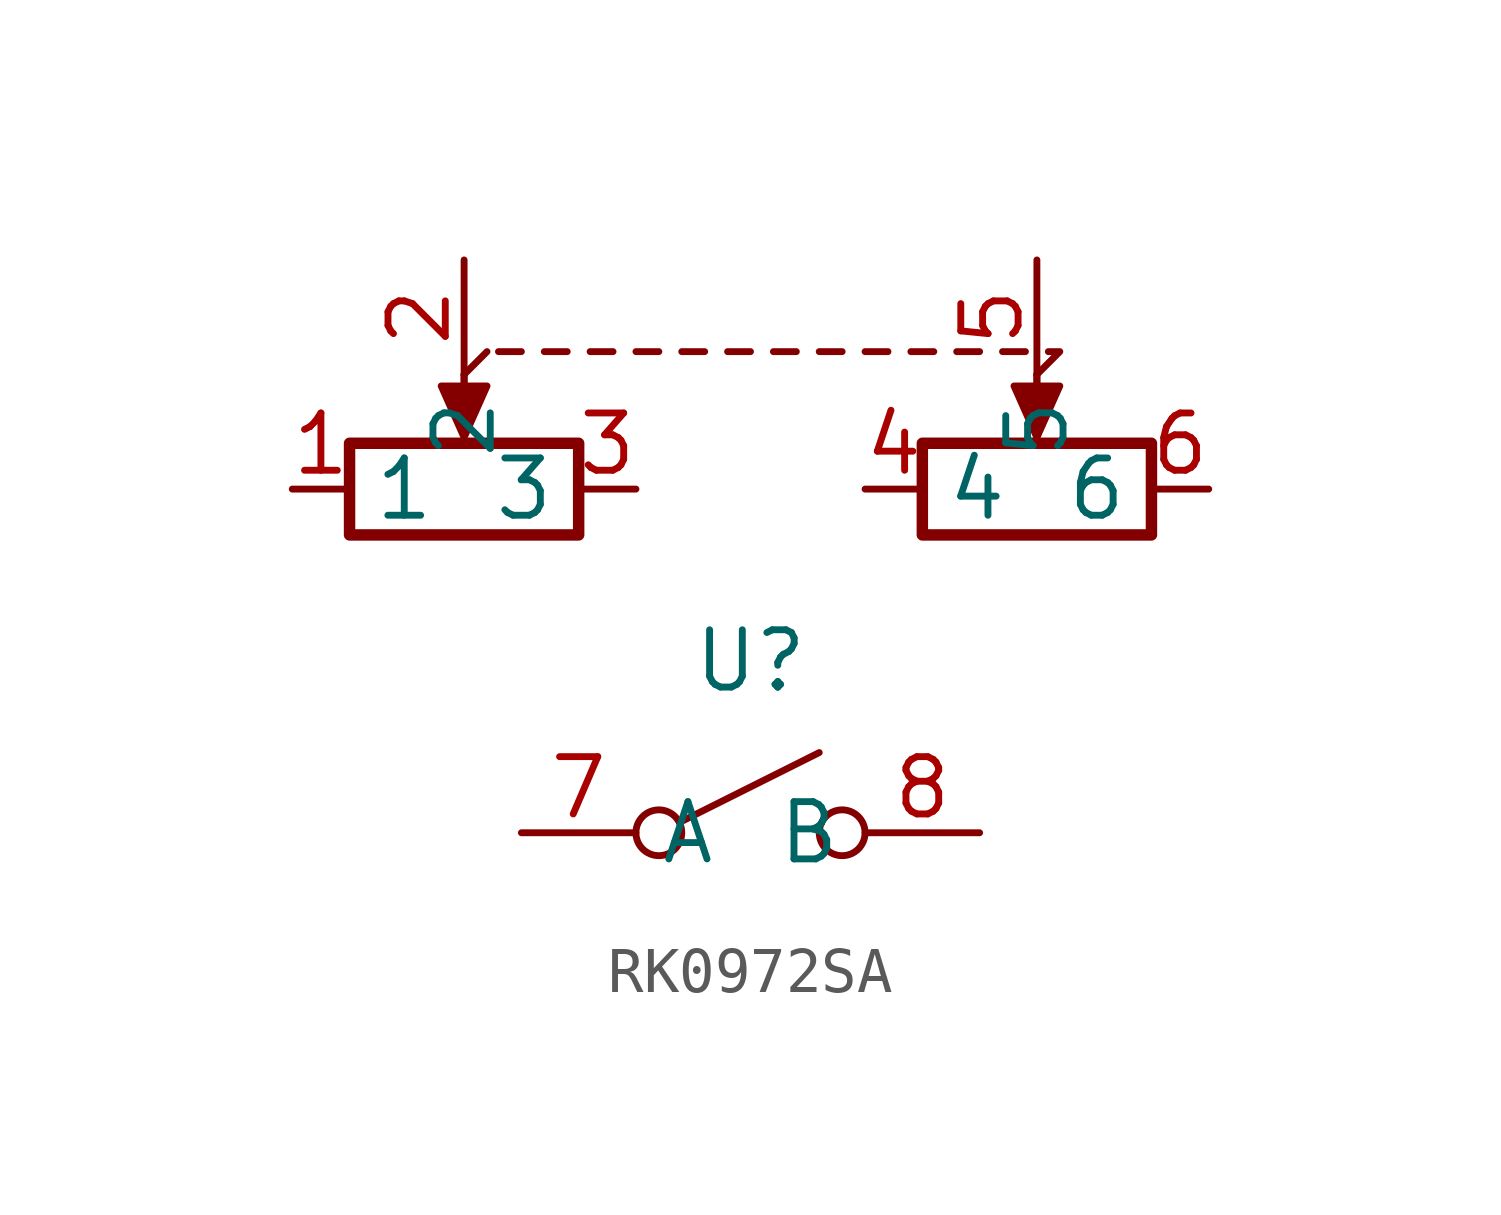
<source format=kicad_sym>
(kicad_symbol_lib
  (version 20220914)
  (generator kicad_symbol_editor)
  (symbol "RK0972SA"
    (property "Reference" "U"
      (at 0 0 0)
      (effects (font (size 1.27 1.27))))
    (property "Value" ""
      (at 0 0 0)
      (effects (font (size 1.27 1.27))))
    (symbol "RK0972SA_0_0"
      (circle (center -2.032 -3.81) (radius 0.508) (stroke (width 0) (type default)) (fill (type none)))
      (polyline (pts (xy -1.524 -3.556) (xy 1.524 -2.032)) (stroke (width 0) (type default)) (fill (type none)))
      (circle (center 2.032 -3.81) (radius 0.508) (stroke (width 0) (type default)) (fill (type none))))
    (symbol "RK0972SA_0_1"
      (rectangle (start -8.89 4.826) (end -3.81 2.794) (stroke (width 0.254) (type default)) (fill (type none)))
      (polyline (pts (xy -6.35 6.35) (xy -6.35 5.334)) (stroke (width 0) (type default)) (fill (type none)))
      (polyline (pts (xy -6.35 6.35) (xy -6.35 5.334)) (stroke (width 0) (type default)) (fill (type none)))
      (polyline (pts (xy -6.35 6.35) (xy -5.842 6.858)) (stroke (width 0) (type default)) (fill (type none)))
      (polyline (pts (xy -5.588 6.858) (xy -5.08 6.858)) (stroke (width 0) (type default)) (fill (type none)))
      (polyline (pts (xy -4.572 6.858) (xy -4.064 6.858)) (stroke (width 0) (type default)) (fill (type none)))
      (polyline (pts (xy -3.556 6.858) (xy -3.048 6.858)) (stroke (width 0) (type default)) (fill (type none)))
      (polyline (pts (xy -2.54 6.858) (xy -2.032 6.858)) (stroke (width 0) (type default)) (fill (type none)))
      (polyline (pts (xy -1.524 6.858) (xy -1.016 6.858)) (stroke (width 0) (type default)) (fill (type none)))
      (polyline (pts (xy -0.508 6.858) (xy 0 6.858)) (stroke (width 0) (type default)) (fill (type none)))
      (polyline (pts (xy 0.508 6.858) (xy 1.016 6.858)) (stroke (width 0) (type default)) (fill (type none)))
      (polyline (pts (xy 1.524 6.858) (xy 2.032 6.858)) (stroke (width 0) (type default)) (fill (type none)))
      (polyline (pts (xy 2.54 6.858) (xy 3.048 6.858)) (stroke (width 0) (type default)) (fill (type none)))
      (polyline (pts (xy 3.556 6.858) (xy 4.064 6.858)) (stroke (width 0) (type default)) (fill (type none)))
      (polyline (pts (xy 4.572 6.858) (xy 5.08 6.858)) (stroke (width 0) (type default)) (fill (type none)))
      (polyline (pts (xy 5.588 6.858) (xy 6.096 6.858)) (stroke (width 0) (type default)) (fill (type none)))
      (polyline (pts (xy 6.35 6.35) (xy 6.35 5.334)) (stroke (width 0) (type default)) (fill (type none)))
      (polyline (pts (xy 6.35 6.35) (xy 6.35 5.334)) (stroke (width 0) (type default)) (fill (type none)))
      (polyline (pts (xy 6.604 6.858) (xy 6.858 6.858) (xy 6.35 6.35)) (stroke (width 0) (type default)) (fill (type none)))
      (polyline (pts (xy -6.35 4.953) (xy -6.858 6.096) (xy -5.842 6.096) (xy -6.35 4.953)) (stroke (width 0) (type default)) (fill (type outline)))
      (polyline (pts (xy 6.35 4.953) (xy 5.842 6.096) (xy 6.858 6.096) (xy 6.35 4.953)) (stroke (width 0) (type default)) (fill (type outline)))
      (rectangle (start 3.81 4.826) (end 8.89 2.794) (stroke (width 0.254) (type default)) (fill (type none))))
    (symbol "RK0972SA_1_1"
      (pin passive line (at -10.16 3.81 0) (length 1.27) (name "1" (effects (font (size 1.27 1.27)))) (number "1" (effects (font (size 1.27 1.27)))))
      (pin passive line (at -6.35 8.89 270) (length 2.54) (name "2" (effects (font (size 1.27 1.27)))) (number "2" (effects (font (size 1.27 1.27)))))
      (pin passive line (at -2.54 3.81 180) (length 1.27) (name "3" (effects (font (size 1.27 1.27)))) (number "3" (effects (font (size 1.27 1.27)))))
      (pin passive line (at 2.54 3.81 0) (length 1.27) (name "4" (effects (font (size 1.27 1.27)))) (number "4" (effects (font (size 1.27 1.27)))))
      (pin passive line (at 6.35 8.89 270) (length 2.54) (name "5" (effects (font (size 1.27 1.27)))) (number "5" (effects (font (size 1.27 1.27)))))
      (pin passive line (at 10.16 3.81 180) (length 1.27) (name "6" (effects (font (size 1.27 1.27)))) (number "6" (effects (font (size 1.27 1.27)))))
      (pin passive line (at -5.08 -3.81 0) (length 2.54) (name "A" (effects (font (size 1.27 1.27)))) (number "7" (effects (font (size 1.27 1.27)))))
      (pin passive line (at 5.08 -3.81 180) (length 2.54) (name "B" (effects (font (size 1.27 1.27)))) (number "8" (effects (font (size 1.27 1.27))))))))
</source>
